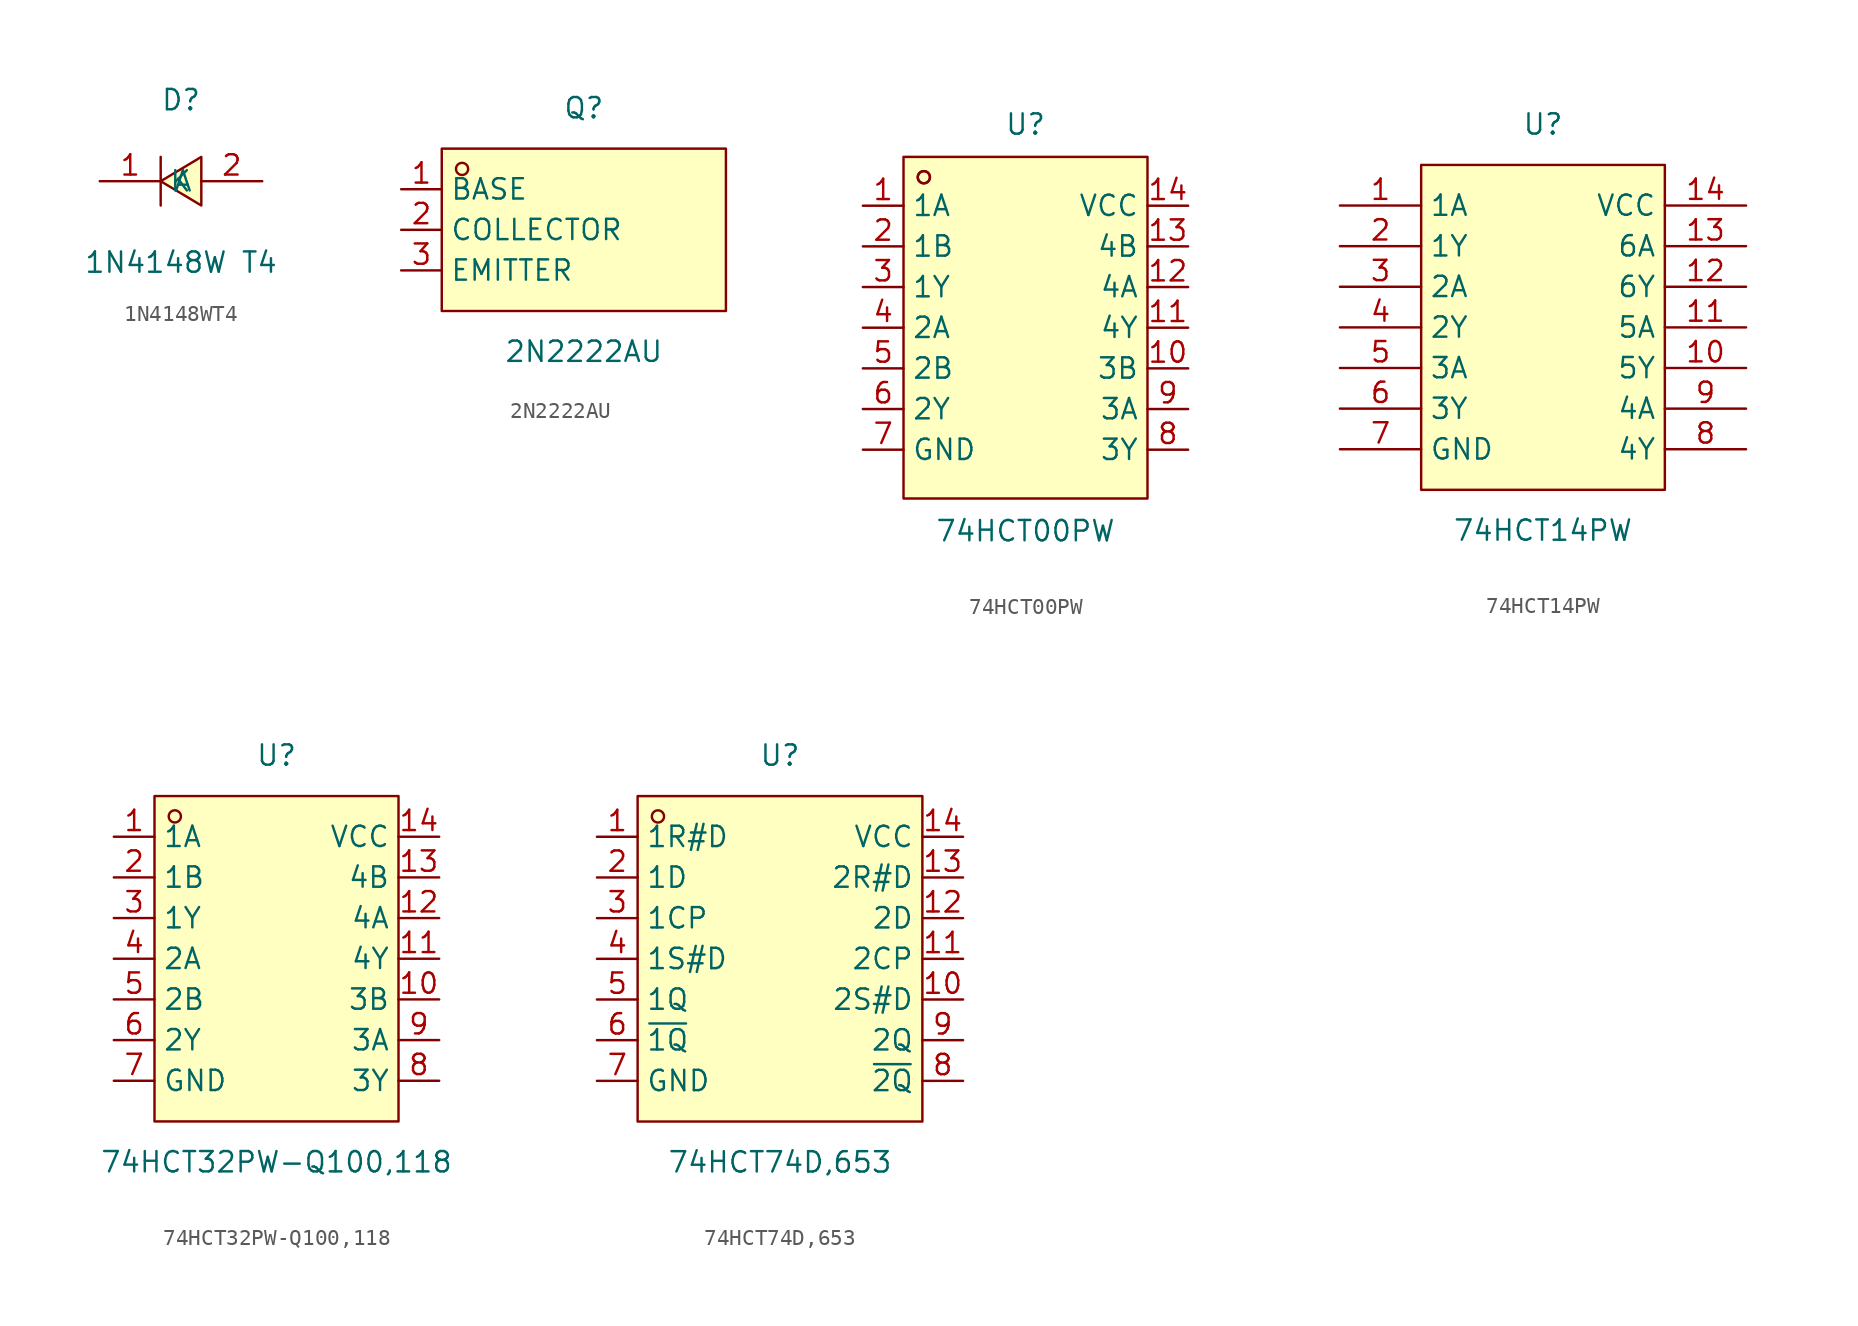
<source format=kicad_sym>
(kicad_symbol_lib
  (version 20211014)
  (generator https://github.com/uPesy/easyeda2kicad.py)
  (symbol "1N4148WT4"
    (property "Reference" "D"
      (at 0 5.08 0)
      (effects (font (size 1.27 1.27))))
    (property "Value" "1N4148W T4"
      (at 0 -5.08 0)
      (effects (font (size 1.27 1.27))))
    (symbol "1N4148WT4_0_1"
      (polyline (pts (xy 1.27 1.52) (xy -1.27 -0.00) (xy 1.27 -1.52) (xy 1.27 1.52)) (stroke (width 0) (type default) (color 0 0 0 0)) (fill (type background)))
      (polyline (pts (xy -1.27 -1.52) (xy -1.27 1.52)) (stroke (width 0) (type default) (color 0 0 0 0)) (fill (type none)))
      (pin unspecified line (at 5.08 -0.00 180) (length 3.81) (name "A" (effects (font (size 1.27 1.27)))) (number "2" (effects (font (size 1.27 1.27)))))
      (pin unspecified line (at -5.08 -0.00 0) (length 3.81) (name "K" (effects (font (size 1.27 1.27)))) (number "1" (effects (font (size 1.27 1.27)))))))
  (symbol "2N2222AU"
    (property "Reference" "Q"
      (at 0 7.62 0)
      (effects (font (size 1.27 1.27))))
    (property "Value" "2N2222AU"
      (at 0 -7.62 0)
      (effects (font (size 1.27 1.27))))
    (symbol "2N2222AU_0_1"
      (rectangle (start -8.89 5.08) (end 8.89 -5.08) (stroke (width 0) (type default) (color 0 0 0 0)) (fill (type background)))
      (circle (center -7.62 3.81) (radius 0.38) (stroke (width 0) (type default) (color 0 0 0 0)) (fill (type none)))
      (pin unspecified line (at -11.43 2.54 0) (length 2.54) (name "BASE" (effects (font (size 1.27 1.27)))) (number "1" (effects (font (size 1.27 1.27)))))
      (pin unspecified line (at -11.43 -0.00 0) (length 2.54) (name "COLLECTOR" (effects (font (size 1.27 1.27)))) (number "2" (effects (font (size 1.27 1.27)))))
      (pin unspecified line (at -11.43 -2.54 0) (length 2.54) (name "EMITTER" (effects (font (size 1.27 1.27)))) (number "3" (effects (font (size 1.27 1.27)))))))
  (symbol "74HCT00PW"
    (property "Reference" "U"
      (at 0 12.70 0)
      (effects (font (size 1.27 1.27))))
    (property "Value" "74HCT00PW"
      (at 0 -12.70 0)
      (effects (font (size 1.27 1.27))))
    (symbol "74HCT00PW_0_1"
      (rectangle (start -7.62 10.67) (end 7.62 -10.67) (stroke (width 0) (type default) (color 0 0 0 0)) (fill (type background)))
      (circle (center -6.35 9.40) (radius 0.38) (stroke (width 0) (type default) (color 0 0 0 0)) (fill (type none)))
      (circle (center -6.35 9.40) (radius 0.38) (stroke (width 0) (type default) (color 0 0 0 0)) (fill (type none)))
      (pin unspecified line (at -10.16 7.62 0) (length 2.54) (name "1A" (effects (font (size 1.27 1.27)))) (number "1" (effects (font (size 1.27 1.27)))))
      (pin unspecified line (at -10.16 5.08 0) (length 2.54) (name "1B" (effects (font (size 1.27 1.27)))) (number "2" (effects (font (size 1.27 1.27)))))
      (pin unspecified line (at -10.16 2.54 0) (length 2.54) (name "1Y" (effects (font (size 1.27 1.27)))) (number "3" (effects (font (size 1.27 1.27)))))
      (pin unspecified line (at -10.16 -0.00 0) (length 2.54) (name "2A" (effects (font (size 1.27 1.27)))) (number "4" (effects (font (size 1.27 1.27)))))
      (pin unspecified line (at -10.16 -2.54 0) (length 2.54) (name "2B" (effects (font (size 1.27 1.27)))) (number "5" (effects (font (size 1.27 1.27)))))
      (pin unspecified line (at -10.16 -5.08 0) (length 2.54) (name "2Y" (effects (font (size 1.27 1.27)))) (number "6" (effects (font (size 1.27 1.27)))))
      (pin unspecified line (at -10.16 -7.62 0) (length 2.54) (name "GND" (effects (font (size 1.27 1.27)))) (number "7" (effects (font (size 1.27 1.27)))))
      (pin unspecified line (at 10.16 -7.62 180) (length 2.54) (name "3Y" (effects (font (size 1.27 1.27)))) (number "8" (effects (font (size 1.27 1.27)))))
      (pin unspecified line (at 10.16 -5.08 180) (length 2.54) (name "3A" (effects (font (size 1.27 1.27)))) (number "9" (effects (font (size 1.27 1.27)))))
      (pin unspecified line (at 10.16 -2.54 180) (length 2.54) (name "3B" (effects (font (size 1.27 1.27)))) (number "10" (effects (font (size 1.27 1.27)))))
      (pin unspecified line (at 10.16 -0.00 180) (length 2.54) (name "4Y" (effects (font (size 1.27 1.27)))) (number "11" (effects (font (size 1.27 1.27)))))
      (pin unspecified line (at 10.16 2.54 180) (length 2.54) (name "4A" (effects (font (size 1.27 1.27)))) (number "12" (effects (font (size 1.27 1.27)))))
      (pin unspecified line (at 10.16 5.08 180) (length 2.54) (name "4B" (effects (font (size 1.27 1.27)))) (number "13" (effects (font (size 1.27 1.27)))))
      (pin unspecified line (at 10.16 7.62 180) (length 2.54) (name "VCC" (effects (font (size 1.27 1.27)))) (number "14" (effects (font (size 1.27 1.27)))))))
  (symbol "74HCT14PW"
    (property "Reference" "U"
      (at 0 12.70 0)
      (effects (font (size 1.27 1.27))))
    (property "Value" "74HCT14PW"
      (at 0 -12.70 0)
      (effects (font (size 1.27 1.27))))
    (symbol "74HCT14PW_0_1"
      (rectangle (start -7.62 10.16) (end 7.62 -10.16) (stroke (width 0) (type default) (color 0 0 0 0)) (fill (type background)))
      (pin unspecified line (at -12.70 7.62 0) (length 5.08) (name "1A" (effects (font (size 1.27 1.27)))) (number "1" (effects (font (size 1.27 1.27)))))
      (pin unspecified line (at -12.70 5.08 0) (length 5.08) (name "1Y" (effects (font (size 1.27 1.27)))) (number "2" (effects (font (size 1.27 1.27)))))
      (pin unspecified line (at -12.70 2.54 0) (length 5.08) (name "2A" (effects (font (size 1.27 1.27)))) (number "3" (effects (font (size 1.27 1.27)))))
      (pin unspecified line (at -12.70 -0.00 0) (length 5.08) (name "2Y" (effects (font (size 1.27 1.27)))) (number "4" (effects (font (size 1.27 1.27)))))
      (pin unspecified line (at -12.70 -2.54 0) (length 5.08) (name "3A" (effects (font (size 1.27 1.27)))) (number "5" (effects (font (size 1.27 1.27)))))
      (pin unspecified line (at -12.70 -5.08 0) (length 5.08) (name "3Y" (effects (font (size 1.27 1.27)))) (number "6" (effects (font (size 1.27 1.27)))))
      (pin unspecified line (at -12.70 -7.62 0) (length 5.08) (name "GND" (effects (font (size 1.27 1.27)))) (number "7" (effects (font (size 1.27 1.27)))))
      (pin unspecified line (at 12.70 -7.62 180) (length 5.08) (name "4Y" (effects (font (size 1.27 1.27)))) (number "8" (effects (font (size 1.27 1.27)))))
      (pin unspecified line (at 12.70 -5.08 180) (length 5.08) (name "4A" (effects (font (size 1.27 1.27)))) (number "9" (effects (font (size 1.27 1.27)))))
      (pin unspecified line (at 12.70 -2.54 180) (length 5.08) (name "5Y" (effects (font (size 1.27 1.27)))) (number "10" (effects (font (size 1.27 1.27)))))
      (pin unspecified line (at 12.70 -0.00 180) (length 5.08) (name "5A" (effects (font (size 1.27 1.27)))) (number "11" (effects (font (size 1.27 1.27)))))
      (pin unspecified line (at 12.70 2.54 180) (length 5.08) (name "6Y" (effects (font (size 1.27 1.27)))) (number "12" (effects (font (size 1.27 1.27)))))
      (pin unspecified line (at 12.70 5.08 180) (length 5.08) (name "6A" (effects (font (size 1.27 1.27)))) (number "13" (effects (font (size 1.27 1.27)))))
      (pin unspecified line (at 12.70 7.62 180) (length 5.08) (name "VCC" (effects (font (size 1.27 1.27)))) (number "14" (effects (font (size 1.27 1.27)))))))
  (symbol "74HCT32PW-Q100,118"
    (property "Reference" "U"
      (at 0 12.70 0)
      (effects (font (size 1.27 1.27))))
    (property "Value" "74HCT32PW-Q100,118"
      (at 0 -12.70 0)
      (effects (font (size 1.27 1.27))))
    (symbol "74HCT32PW-Q100,118_0_1"
      (rectangle (start -7.62 10.16) (end 7.62 -10.16) (stroke (width 0) (type default) (color 0 0 0 0)) (fill (type background)))
      (circle (center -6.35 8.89) (radius 0.38) (stroke (width 0) (type default) (color 0 0 0 0)) (fill (type none)))
      (pin unspecified line (at 10.16 7.62 180) (length 2.54) (name "VCC" (effects (font (size 1.27 1.27)))) (number "14" (effects (font (size 1.27 1.27)))))
      (pin unspecified line (at 10.16 5.08 180) (length 2.54) (name "4B" (effects (font (size 1.27 1.27)))) (number "13" (effects (font (size 1.27 1.27)))))
      (pin unspecified line (at 10.16 2.54 180) (length 2.54) (name "4A" (effects (font (size 1.27 1.27)))) (number "12" (effects (font (size 1.27 1.27)))))
      (pin unspecified line (at 10.16 -0.00 180) (length 2.54) (name "4Y" (effects (font (size 1.27 1.27)))) (number "11" (effects (font (size 1.27 1.27)))))
      (pin unspecified line (at 10.16 -2.54 180) (length 2.54) (name "3B" (effects (font (size 1.27 1.27)))) (number "10" (effects (font (size 1.27 1.27)))))
      (pin unspecified line (at 10.16 -5.08 180) (length 2.54) (name "3A" (effects (font (size 1.27 1.27)))) (number "9" (effects (font (size 1.27 1.27)))))
      (pin unspecified line (at 10.16 -7.62 180) (length 2.54) (name "3Y" (effects (font (size 1.27 1.27)))) (number "8" (effects (font (size 1.27 1.27)))))
      (pin unspecified line (at -10.16 -7.62 0) (length 2.54) (name "GND" (effects (font (size 1.27 1.27)))) (number "7" (effects (font (size 1.27 1.27)))))
      (pin unspecified line (at -10.16 -5.08 0) (length 2.54) (name "2Y" (effects (font (size 1.27 1.27)))) (number "6" (effects (font (size 1.27 1.27)))))
      (pin unspecified line (at -10.16 -2.54 0) (length 2.54) (name "2B" (effects (font (size 1.27 1.27)))) (number "5" (effects (font (size 1.27 1.27)))))
      (pin unspecified line (at -10.16 -0.00 0) (length 2.54) (name "2A" (effects (font (size 1.27 1.27)))) (number "4" (effects (font (size 1.27 1.27)))))
      (pin unspecified line (at -10.16 2.54 0) (length 2.54) (name "1Y" (effects (font (size 1.27 1.27)))) (number "3" (effects (font (size 1.27 1.27)))))
      (pin unspecified line (at -10.16 5.08 0) (length 2.54) (name "1B" (effects (font (size 1.27 1.27)))) (number "2" (effects (font (size 1.27 1.27)))))
      (pin unspecified line (at -10.16 7.62 0) (length 2.54) (name "1A" (effects (font (size 1.27 1.27)))) (number "1" (effects (font (size 1.27 1.27)))))))
  (symbol "74HCT74D,653"
    (property "Reference" "U"
      (at 0 12.70 0)
      (effects (font (size 1.27 1.27))))
    (property "Value" "74HCT74D,653"
      (at 0 -12.70 0)
      (effects (font (size 1.27 1.27))))
    (symbol "74HCT74D,653_0_1"
      (rectangle (start -8.89 10.16) (end 8.89 -10.16) (stroke (width 0) (type default) (color 0 0 0 0)) (fill (type background)))
      (circle (center -7.62 8.89) (radius 0.38) (stroke (width 0) (type default) (color 0 0 0 0)) (fill (type none)))
      (pin unspecified line (at -11.43 7.62 0) (length 2.54) (name "1R#D" (effects (font (size 1.27 1.27)))) (number "1" (effects (font (size 1.27 1.27)))))
      (pin unspecified line (at -11.43 5.08 0) (length 2.54) (name "1D" (effects (font (size 1.27 1.27)))) (number "2" (effects (font (size 1.27 1.27)))))
      (pin unspecified line (at -11.43 2.54 0) (length 2.54) (name "1CP" (effects (font (size 1.27 1.27)))) (number "3" (effects (font (size 1.27 1.27)))))
      (pin unspecified line (at -11.43 -0.00 0) (length 2.54) (name "1S#D" (effects (font (size 1.27 1.27)))) (number "4" (effects (font (size 1.27 1.27)))))
      (pin unspecified line (at -11.43 -2.54 0) (length 2.54) (name "1Q" (effects (font (size 1.27 1.27)))) (number "5" (effects (font (size 1.27 1.27)))))
      (pin unspecified line (at -11.43 -5.08 0) (length 2.54) (name "~{1Q}" (effects (font (size 1.27 1.27)))) (number "6" (effects (font (size 1.27 1.27)))))
      (pin unspecified line (at -11.43 -7.62 0) (length 2.54) (name "GND" (effects (font (size 1.27 1.27)))) (number "7" (effects (font (size 1.27 1.27)))))
      (pin unspecified line (at 11.43 -7.62 180) (length 2.54) (name "~{2Q}" (effects (font (size 1.27 1.27)))) (number "8" (effects (font (size 1.27 1.27)))))
      (pin unspecified line (at 11.43 -5.08 180) (length 2.54) (name "2Q" (effects (font (size 1.27 1.27)))) (number "9" (effects (font (size 1.27 1.27)))))
      (pin unspecified line (at 11.43 -2.54 180) (length 2.54) (name "2S#D" (effects (font (size 1.27 1.27)))) (number "10" (effects (font (size 1.27 1.27)))))
      (pin unspecified line (at 11.43 -0.00 180) (length 2.54) (name "2CP" (effects (font (size 1.27 1.27)))) (number "11" (effects (font (size 1.27 1.27)))))
      (pin unspecified line (at 11.43 2.54 180) (length 2.54) (name "2D" (effects (font (size 1.27 1.27)))) (number "12" (effects (font (size 1.27 1.27)))))
      (pin unspecified line (at 11.43 5.08 180) (length 2.54) (name "2R#D" (effects (font (size 1.27 1.27)))) (number "13" (effects (font (size 1.27 1.27)))))
      (pin unspecified line (at 11.43 7.62 180) (length 2.54) (name "VCC" (effects (font (size 1.27 1.27)))) (number "14" (effects (font (size 1.27 1.27))))))))
</source>
